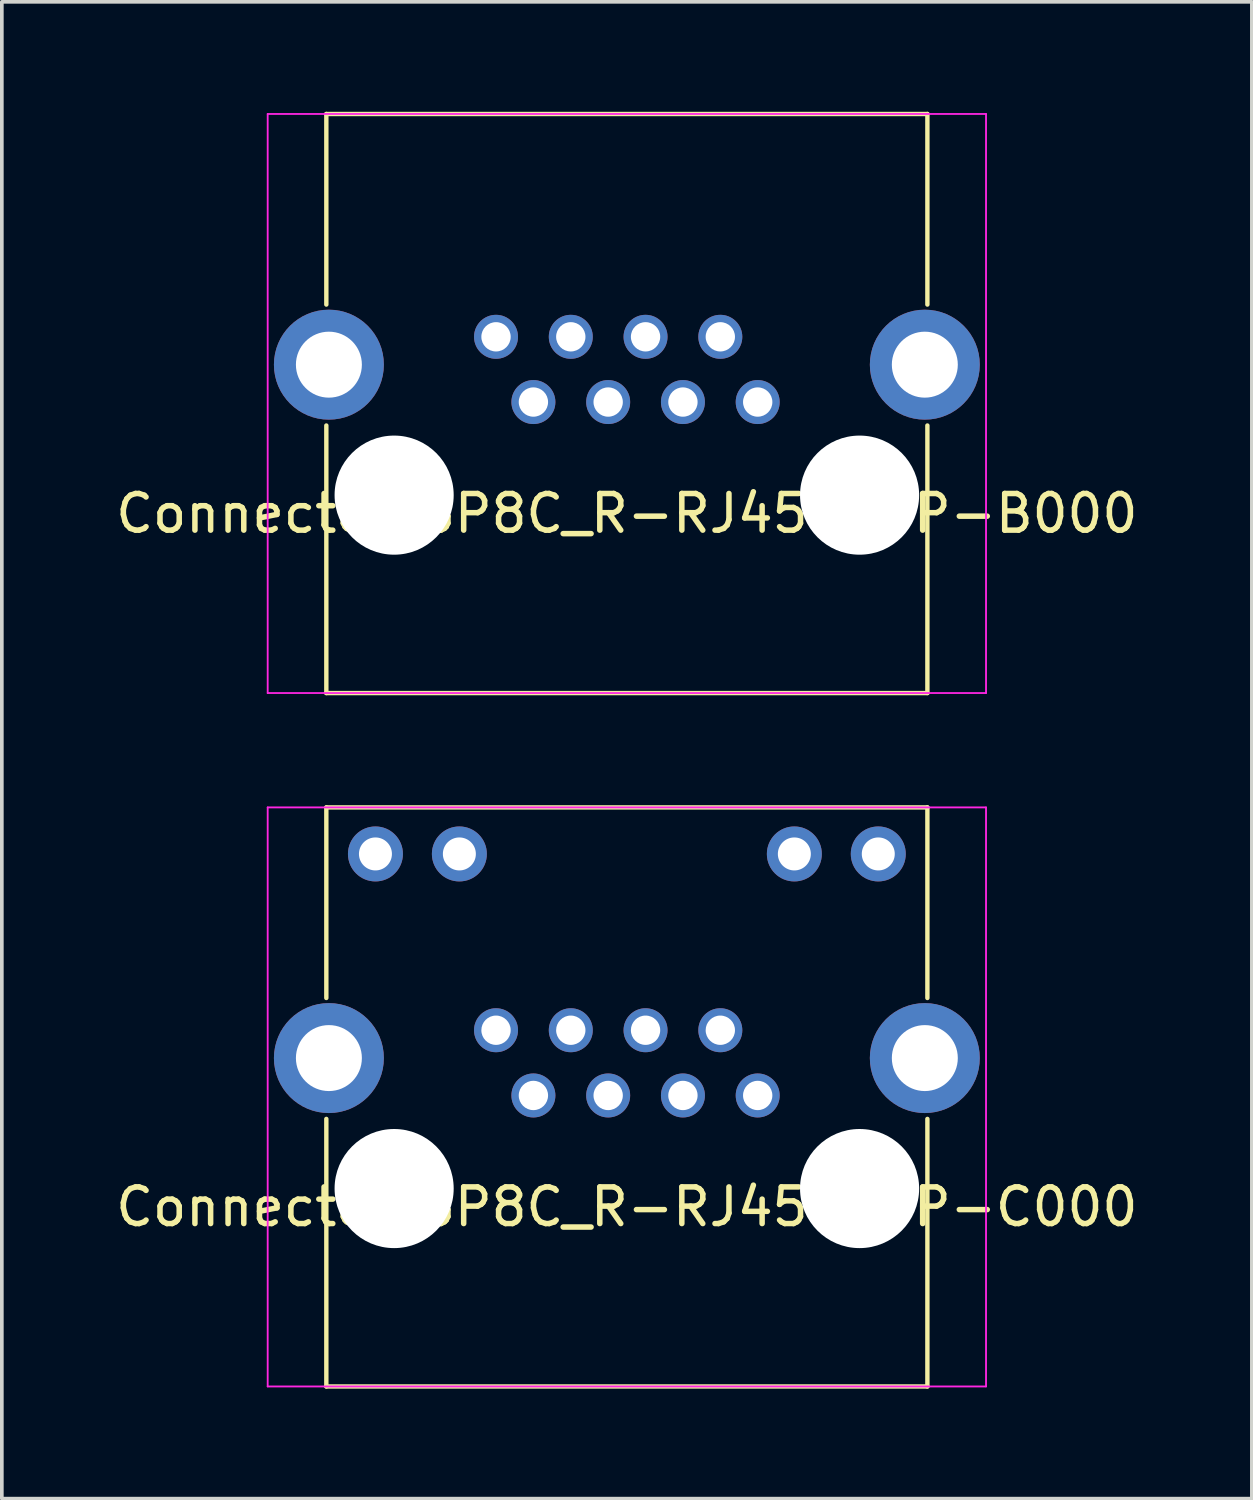
<source format=kicad_pcb>
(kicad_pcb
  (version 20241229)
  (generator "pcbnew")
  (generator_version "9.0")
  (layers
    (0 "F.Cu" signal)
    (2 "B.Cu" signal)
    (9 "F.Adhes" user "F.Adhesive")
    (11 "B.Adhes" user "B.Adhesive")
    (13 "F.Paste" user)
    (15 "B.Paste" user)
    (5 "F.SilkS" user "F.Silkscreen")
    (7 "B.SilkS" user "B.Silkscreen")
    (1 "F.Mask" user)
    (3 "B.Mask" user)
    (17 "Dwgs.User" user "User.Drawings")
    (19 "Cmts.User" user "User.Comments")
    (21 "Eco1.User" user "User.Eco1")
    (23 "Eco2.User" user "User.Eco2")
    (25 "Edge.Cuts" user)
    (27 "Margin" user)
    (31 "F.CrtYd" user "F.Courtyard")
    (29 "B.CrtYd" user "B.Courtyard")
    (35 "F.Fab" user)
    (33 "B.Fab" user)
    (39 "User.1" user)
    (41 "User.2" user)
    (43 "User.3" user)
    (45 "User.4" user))
  (footprint "Connector_8P8C_R-RJ45R08P-C000"
    (layer "F.Cu")
    (at 14.054 29.38)
    (property "Reference" "Connector_8P8C_R-RJ45R08P-C000" (at 0 0.5 0) (layer "F.SilkS") (effects (font (size 1 1) (thickness 0.15))))
    (attr through_hole)
    (fp_line (start -8.2 -10.4) (end 8.2 -10.4) (stroke (width 0.12) (type solid)) (layer "F.SilkS"))
    (fp_line (start -8.2 -5.2) (end -8.2 -10.4) (stroke (width 0.12) (type solid)) (layer "F.SilkS"))
    (fp_line (start -8.2 -1.9) (end -8.2 5.4) (stroke (width 0.12) (type solid)) (layer "F.SilkS"))
    (fp_line (start 8.2 -5.2) (end 8.2 -10.4) (stroke (width 0.12) (type solid)) (layer "F.SilkS"))
    (fp_line (start 8.2 -1.9) (end 8.2 5.4) (stroke (width 0.12) (type solid)) (layer "F.SilkS"))
    (fp_line (start 8.2 5.4) (end -8.2 5.4) (stroke (width 0.12) (type solid)) (layer "F.SilkS"))
    (fp_line (start -9.8 -10.4) (end -9.8 5.4) (stroke (width 0.05) (type solid)) (layer "F.CrtYd"))
    (fp_line (start -9.8 -10.4) (end 9.8 -10.4) (stroke (width 0.05) (type solid)) (layer "F.CrtYd"))
    (fp_line (start 9.8 -10.4) (end 9.8 5.4) (stroke (width 0.05) (type solid)) (layer "F.CrtYd"))
    (fp_line (start 9.8 5.4) (end -9.8 5.4) (stroke (width 0.05) (type solid)) (layer "F.CrtYd"))
    (pad "" thru_hole circle (at -6.86 -9.13) (size 1.5 1.5) (drill 0.9) (layers "*.Cu" "*.Mask"))
    (pad "" np_thru_hole circle (at -6.35 0) (size 3.25 3.25) (drill 3.25) (layers "*.Cu" "*.Mask"))
    (pad "" thru_hole circle (at -4.57 -9.13) (size 1.5 1.5) (drill 0.9) (layers "*.Cu" "*.Mask"))
    (pad "" thru_hole circle (at 4.57 -9.13) (size 1.5 1.5) (drill 0.9) (layers "*.Cu" "*.Mask"))
    (pad "" np_thru_hole circle (at 6.35 0 180) (size 3.25 3.25) (drill 3.25) (layers "*.Cu" "*.Mask"))
    (pad "" thru_hole circle (at 6.86 -9.13) (size 1.5 1.5) (drill 0.9) (layers "*.Cu" "*.Mask"))
    (pad "1" thru_hole circle (at -3.57 -4.32) (size 1.2 1.2) (drill 0.8) (layers "*.Cu" "*.Mask"))
    (pad "2" thru_hole circle (at -2.55 -2.54) (size 1.2 1.2) (drill 0.8) (layers "*.Cu" "*.Mask"))
    (pad "3" thru_hole circle (at -1.53 -4.32) (size 1.2 1.2) (drill 0.8) (layers "*.Cu" "*.Mask"))
    (pad "4" thru_hole circle (at -0.51 -2.54) (size 1.2 1.2) (drill 0.8) (layers "*.Cu" "*.Mask"))
    (pad "5" thru_hole circle (at 0.51 -4.32) (size 1.2 1.2) (drill 0.8) (layers "*.Cu" "*.Mask"))
    (pad "6" thru_hole circle (at 1.53 -2.54) (size 1.2 1.2) (drill 0.8) (layers "*.Cu" "*.Mask"))
    (pad "7" thru_hole circle (at 2.55 -4.32) (size 1.2 1.2) (drill 0.8) (layers "*.Cu" "*.Mask"))
    (pad "8" thru_hole circle (at 3.57 -2.54) (size 1.2 1.2) (drill 0.8) (layers "*.Cu" "*.Mask"))
    (pad "SH" thru_hole circle (at -8.13 -3.56) (size 3 3) (drill 1.8) (layers "*.Cu" "*.Mask"))
    (pad "SH" thru_hole circle (at 8.13 -3.56) (size 3 3) (drill 1.8) (layers "*.Cu" "*.Mask")))
  (footprint "Connector_8P8C_R-RJ45R08P-B000"
    (layer "F.Cu")
    (at 14.054 10.46)
    (property "Reference" "Connector_8P8C_R-RJ45R08P-B000" (at 0 0.5 0) (layer "F.SilkS") (effects (font (size 1 1) (thickness 0.15))))
    (attr through_hole)
    (fp_line (start -8.2 -10.4) (end 8.2 -10.4) (stroke (width 0.12) (type solid)) (layer "F.SilkS"))
    (fp_line (start -8.2 -5.2) (end -8.2 -10.4) (stroke (width 0.12) (type solid)) (layer "F.SilkS"))
    (fp_line (start -8.2 -1.9) (end -8.2 5.4) (stroke (width 0.12) (type solid)) (layer "F.SilkS"))
    (fp_line (start 8.2 -5.2) (end 8.2 -10.4) (stroke (width 0.12) (type solid)) (layer "F.SilkS"))
    (fp_line (start 8.2 -1.9) (end 8.2 5.4) (stroke (width 0.12) (type solid)) (layer "F.SilkS"))
    (fp_line (start 8.2 5.4) (end -8.2 5.4) (stroke (width 0.12) (type solid)) (layer "F.SilkS"))
    (fp_line (start -9.8 -10.4) (end -9.8 5.4) (stroke (width 0.05) (type solid)) (layer "F.CrtYd"))
    (fp_line (start -9.8 -10.4) (end 9.8 -10.4) (stroke (width 0.05) (type solid)) (layer "F.CrtYd"))
    (fp_line (start 9.8 -10.4) (end 9.8 5.4) (stroke (width 0.05) (type solid)) (layer "F.CrtYd"))
    (fp_line (start 9.8 5.4) (end -9.8 5.4) (stroke (width 0.05) (type solid)) (layer "F.CrtYd"))
    (pad "" np_thru_hole circle (at -6.35 0) (size 3.25 3.25) (drill 3.25) (layers "*.Cu" "*.Mask"))
    (pad "" np_thru_hole circle (at 6.35 0 180) (size 3.25 3.25) (drill 3.25) (layers "*.Cu" "*.Mask"))
    (pad "1" thru_hole circle (at -3.57 -4.32) (size 1.2 1.2) (drill 0.8) (layers "*.Cu" "*.Mask"))
    (pad "2" thru_hole circle (at -2.55 -2.54) (size 1.2 1.2) (drill 0.8) (layers "*.Cu" "*.Mask"))
    (pad "3" thru_hole circle (at -1.53 -4.32) (size 1.2 1.2) (drill 0.8) (layers "*.Cu" "*.Mask"))
    (pad "4" thru_hole circle (at -0.51 -2.54) (size 1.2 1.2) (drill 0.8) (layers "*.Cu" "*.Mask"))
    (pad "5" thru_hole circle (at 0.51 -4.32) (size 1.2 1.2) (drill 0.8) (layers "*.Cu" "*.Mask"))
    (pad "6" thru_hole circle (at 1.53 -2.54) (size 1.2 1.2) (drill 0.8) (layers "*.Cu" "*.Mask"))
    (pad "7" thru_hole circle (at 2.55 -4.32) (size 1.2 1.2) (drill 0.8) (layers "*.Cu" "*.Mask"))
    (pad "8" thru_hole circle (at 3.57 -2.54) (size 1.2 1.2) (drill 0.8) (layers "*.Cu" "*.Mask"))
    (pad "SH" thru_hole circle (at -8.13 -3.56) (size 3 3) (drill 1.8) (layers "*.Cu" "*.Mask"))
    (pad "SH" thru_hole circle (at 8.13 -3.56) (size 3 3) (drill 1.8) (layers "*.Cu" "*.Mask")))
  (gr_rect
    (start -3 -3)
    (end 31.107 37.84)
    (stroke (width 0.1) (type default))
    (fill no)
    (layer "Edge.Cuts")))
</source>
